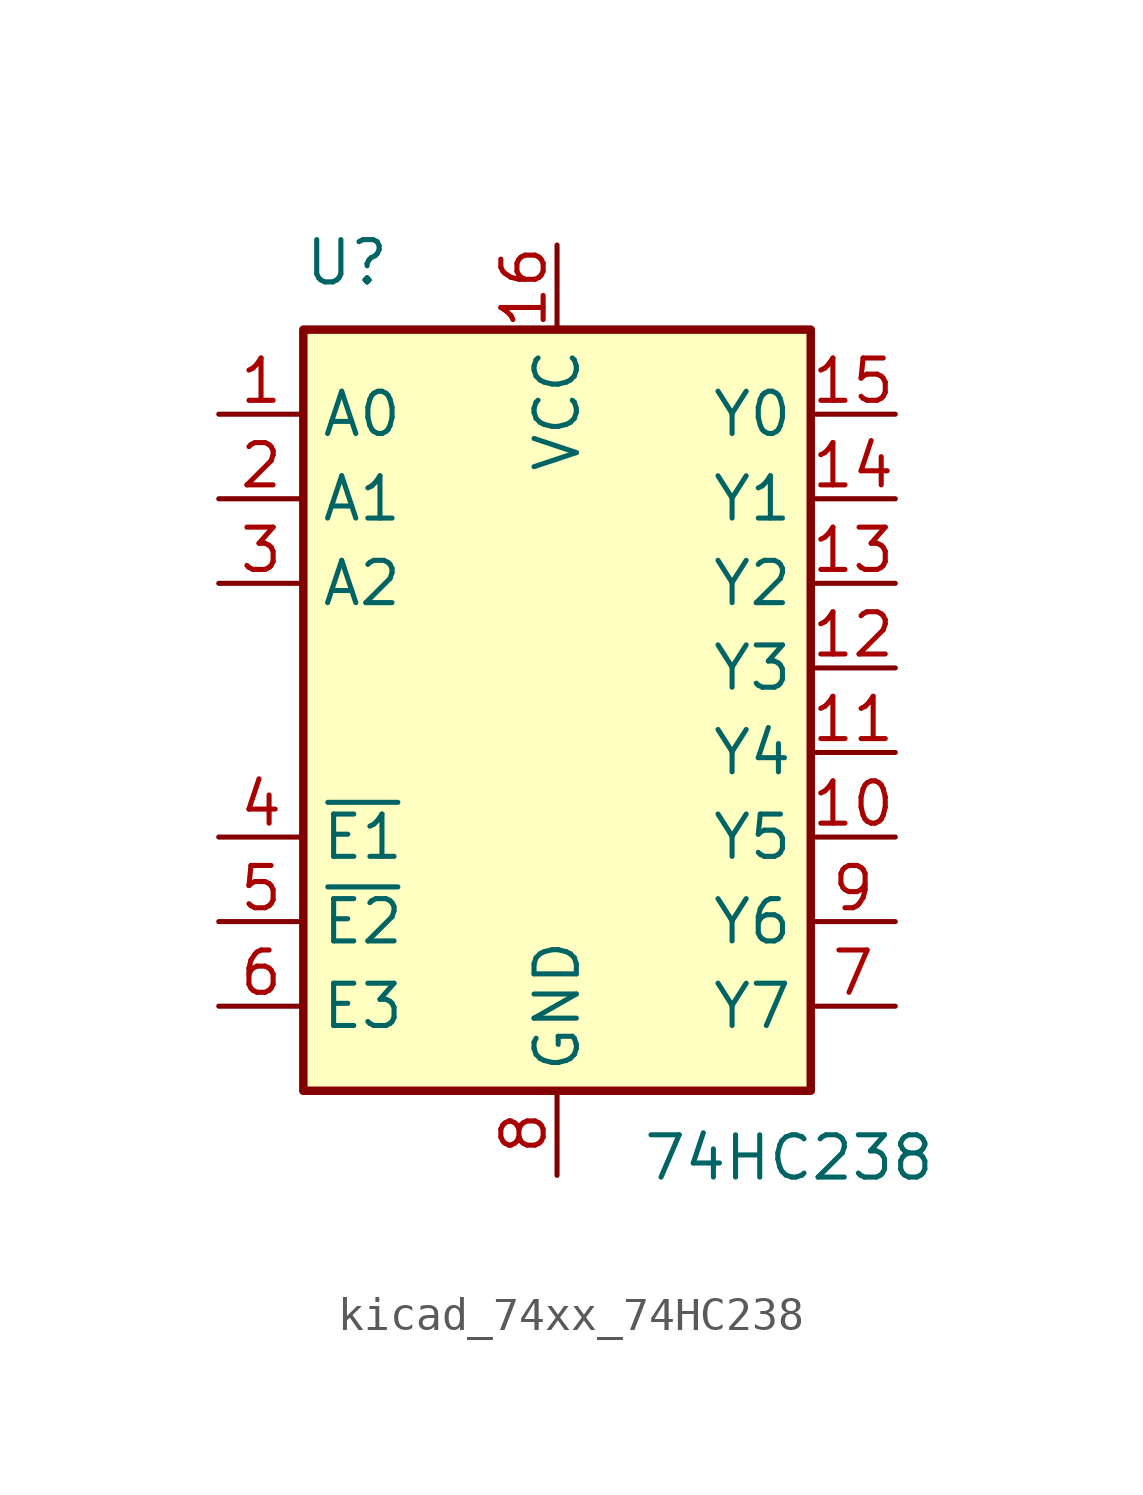
<source format=kicad_sym>
(kicad_symbol_lib
  (version 20220914)
  (generator kicad_symbol_editor)
  (symbol "kicad_74xx_74HC238"
    (property "Reference" "U"
      (at -7.62 13.97 0)
      (effects (font (size 1.27 1.27)) (justify left bottom)))
    (property "Value" "74HC238"
      (at 2.54 -11.43 0)
      (effects (font (size 1.27 1.27)) (justify left top)))
    (symbol "kicad_74xx_74HC238_0_1"
      (rectangle (start -7.62 12.7) (end 7.62 -10.16) (stroke (width 0.254) (type default)) (fill (type background))))
    (symbol "kicad_74xx_74HC238_1_1"
      (pin input line (at -10.16 10.16 0) (length 2.54) (name "A0" (effects (font (size 1.27 1.27)))) (number "1" (effects (font (size 1.27 1.27)))))
      (pin output line (at 10.16 -2.54 180) (length 2.54) (name "Y5" (effects (font (size 1.27 1.27)))) (number "10" (effects (font (size 1.27 1.27)))))
      (pin output line (at 10.16 0 180) (length 2.54) (name "Y4" (effects (font (size 1.27 1.27)))) (number "11" (effects (font (size 1.27 1.27)))))
      (pin output line (at 10.16 2.54 180) (length 2.54) (name "Y3" (effects (font (size 1.27 1.27)))) (number "12" (effects (font (size 1.27 1.27)))))
      (pin output line (at 10.16 5.08 180) (length 2.54) (name "Y2" (effects (font (size 1.27 1.27)))) (number "13" (effects (font (size 1.27 1.27)))))
      (pin output line (at 10.16 7.62 180) (length 2.54) (name "Y1" (effects (font (size 1.27 1.27)))) (number "14" (effects (font (size 1.27 1.27)))))
      (pin output line (at 10.16 10.16 180) (length 2.54) (name "Y0" (effects (font (size 1.27 1.27)))) (number "15" (effects (font (size 1.27 1.27)))))
      (pin power_in line (at 0 15.24 270) (length 2.54) (name "VCC" (effects (font (size 1.27 1.27)))) (number "16" (effects (font (size 1.27 1.27)))))
      (pin input line (at -10.16 7.62 0) (length 2.54) (name "A1" (effects (font (size 1.27 1.27)))) (number "2" (effects (font (size 1.27 1.27)))))
      (pin input line (at -10.16 5.08 0) (length 2.54) (name "A2" (effects (font (size 1.27 1.27)))) (number "3" (effects (font (size 1.27 1.27)))))
      (pin input line (at -10.16 -2.54 0) (length 2.54) (name "~{E1}" (effects (font (size 1.27 1.27)))) (number "4" (effects (font (size 1.27 1.27)))))
      (pin input line (at -10.16 -5.08 0) (length 2.54) (name "~{E2}" (effects (font (size 1.27 1.27)))) (number "5" (effects (font (size 1.27 1.27)))))
      (pin input line (at -10.16 -7.62 0) (length 2.54) (name "E3" (effects (font (size 1.27 1.27)))) (number "6" (effects (font (size 1.27 1.27)))))
      (pin output line (at 10.16 -7.62 180) (length 2.54) (name "Y7" (effects (font (size 1.27 1.27)))) (number "7" (effects (font (size 1.27 1.27)))))
      (pin power_in line (at 0 -12.7 90) (length 2.54) (name "GND" (effects (font (size 1.27 1.27)))) (number "8" (effects (font (size 1.27 1.27)))))
      (pin output line (at 10.16 -5.08 180) (length 2.54) (name "Y6" (effects (font (size 1.27 1.27)))) (number "9" (effects (font (size 1.27 1.27))))))))
</source>
